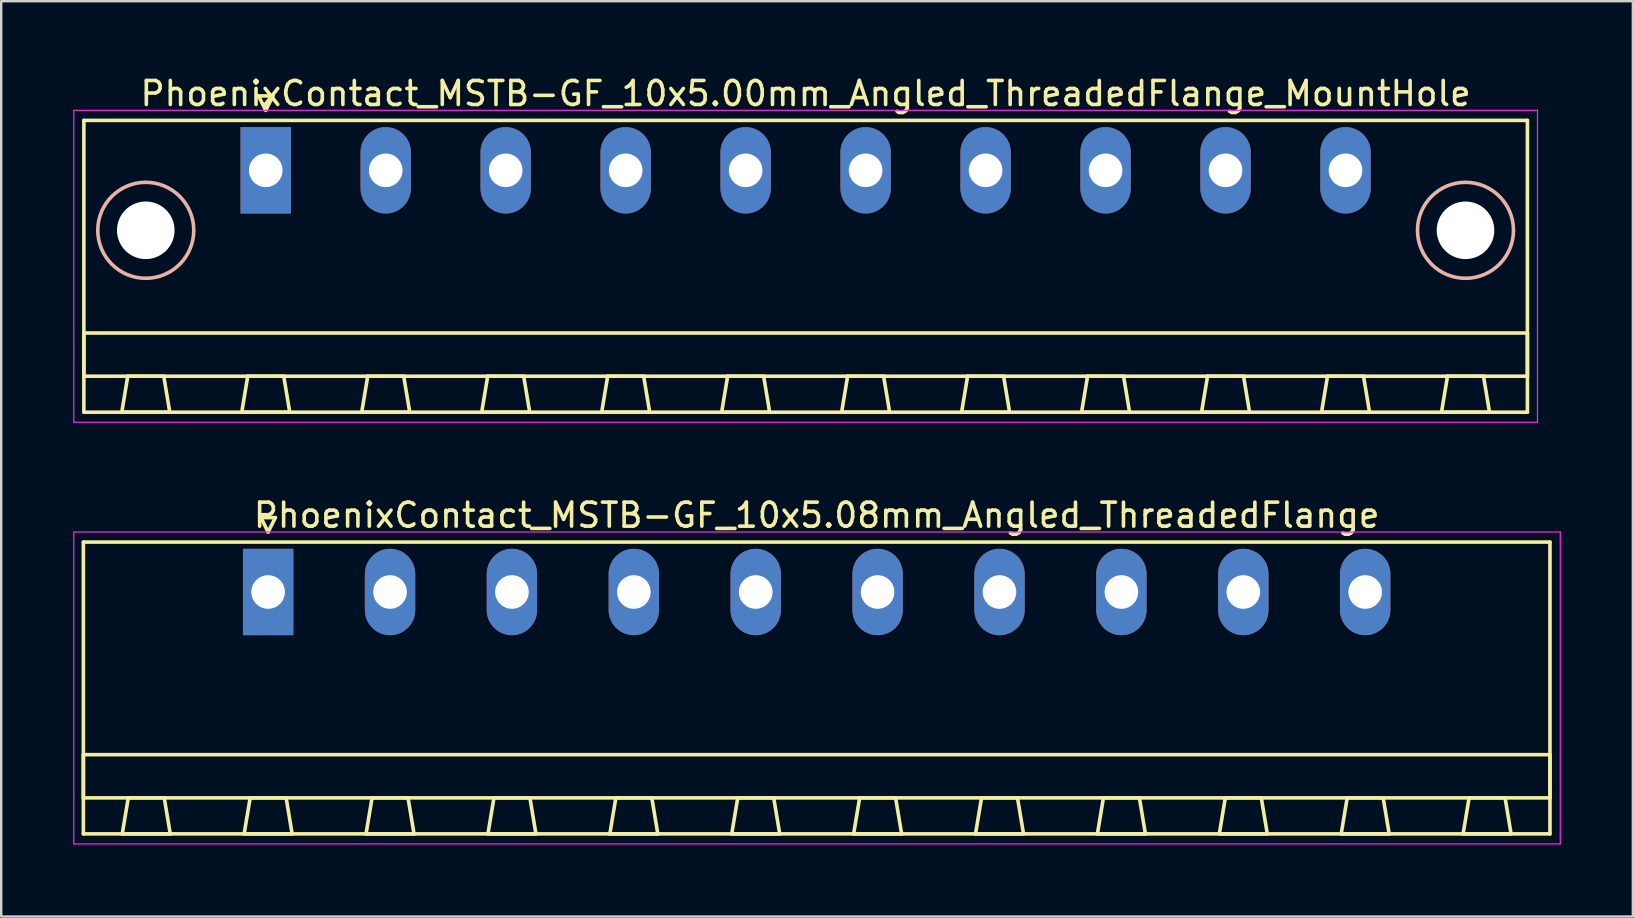
<source format=kicad_pcb>
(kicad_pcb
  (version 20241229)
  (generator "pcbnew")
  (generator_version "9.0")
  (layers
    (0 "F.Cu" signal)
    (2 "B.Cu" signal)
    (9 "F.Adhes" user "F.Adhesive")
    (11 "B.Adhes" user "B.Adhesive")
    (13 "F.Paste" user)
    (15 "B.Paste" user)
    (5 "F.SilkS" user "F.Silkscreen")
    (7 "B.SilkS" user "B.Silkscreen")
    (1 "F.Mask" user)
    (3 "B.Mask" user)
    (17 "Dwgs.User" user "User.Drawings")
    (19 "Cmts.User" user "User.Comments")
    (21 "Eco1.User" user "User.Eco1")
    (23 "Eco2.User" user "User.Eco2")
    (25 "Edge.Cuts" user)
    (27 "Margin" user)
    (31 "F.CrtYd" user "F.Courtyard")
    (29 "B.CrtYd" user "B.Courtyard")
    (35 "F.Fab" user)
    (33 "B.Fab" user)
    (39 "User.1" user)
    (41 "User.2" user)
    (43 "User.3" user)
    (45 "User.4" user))
  (footprint "PhoenixContact_MSTB-GF_10x5.08mm_Angled_ThreadedFlange"
    (layer "F.Cu")
    (at 8.125 21.622)
    (property "Reference" "PhoenixContact_MSTB-GF_10x5.08mm_Angled_ThreadedFlange" (at 22.86 -3.2 0) (layer "F.SilkS") (effects (font (size 1 1) (thickness 0.15))))
    (attr through_hole)
    (fp_line (start -7.7 -2.08) (end -7.7 10.08) (stroke (width 0.15) (type solid)) (layer "F.SilkS"))
    (fp_line (start -7.7 6.78) (end 53.42 6.78) (stroke (width 0.15) (type solid)) (layer "F.SilkS"))
    (fp_line (start -7.7 8.58) (end -7.7 6.78) (stroke (width 0.15) (type solid)) (layer "F.SilkS"))
    (fp_line (start -7.7 10.08) (end 53.42 10.08) (stroke (width 0.15) (type solid)) (layer "F.SilkS"))
    (fp_line (start -6.08 10.08) (end -4.08 10.08) (stroke (width 0.15) (type solid)) (layer "F.SilkS"))
    (fp_line (start -5.83 8.58) (end -6.08 10.08) (stroke (width 0.15) (type solid)) (layer "F.SilkS"))
    (fp_line (start -4.33 8.58) (end -5.83 8.58) (stroke (width 0.15) (type solid)) (layer "F.SilkS"))
    (fp_line (start -4.08 10.08) (end -4.33 8.58) (stroke (width 0.15) (type solid)) (layer "F.SilkS"))
    (fp_line (start -1 10.08) (end 1 10.08) (stroke (width 0.15) (type solid)) (layer "F.SilkS"))
    (fp_line (start -0.75 8.58) (end -1 10.08) (stroke (width 0.15) (type solid)) (layer "F.SilkS"))
    (fp_line (start -0.3 -3.1) (end 0 -2.5) (stroke (width 0.15) (type solid)) (layer "F.SilkS"))
    (fp_line (start 0 -2.5) (end 0.3 -3.1) (stroke (width 0.15) (type solid)) (layer "F.SilkS"))
    (fp_line (start 0.3 -3.1) (end -0.3 -3.1) (stroke (width 0.15) (type solid)) (layer "F.SilkS"))
    (fp_line (start 0.75 8.58) (end -0.75 8.58) (stroke (width 0.15) (type solid)) (layer "F.SilkS"))
    (fp_line (start 1 10.08) (end 0.75 8.58) (stroke (width 0.15) (type solid)) (layer "F.SilkS"))
    (fp_line (start 4.08 10.08) (end 6.08 10.08) (stroke (width 0.15) (type solid)) (layer "F.SilkS"))
    (fp_line (start 4.33 8.58) (end 4.08 10.08) (stroke (width 0.15) (type solid)) (layer "F.SilkS"))
    (fp_line (start 5.83 8.58) (end 4.33 8.58) (stroke (width 0.15) (type solid)) (layer "F.SilkS"))
    (fp_line (start 6.08 10.08) (end 5.83 8.58) (stroke (width 0.15) (type solid)) (layer "F.SilkS"))
    (fp_line (start 9.16 10.08) (end 11.16 10.08) (stroke (width 0.15) (type solid)) (layer "F.SilkS"))
    (fp_line (start 9.41 8.58) (end 9.16 10.08) (stroke (width 0.15) (type solid)) (layer "F.SilkS"))
    (fp_line (start 10.91 8.58) (end 9.41 8.58) (stroke (width 0.15) (type solid)) (layer "F.SilkS"))
    (fp_line (start 11.16 10.08) (end 10.91 8.58) (stroke (width 0.15) (type solid)) (layer "F.SilkS"))
    (fp_line (start 14.24 10.08) (end 16.24 10.08) (stroke (width 0.15) (type solid)) (layer "F.SilkS"))
    (fp_line (start 14.49 8.58) (end 14.24 10.08) (stroke (width 0.15) (type solid)) (layer "F.SilkS"))
    (fp_line (start 15.99 8.58) (end 14.49 8.58) (stroke (width 0.15) (type solid)) (layer "F.SilkS"))
    (fp_line (start 16.24 10.08) (end 15.99 8.58) (stroke (width 0.15) (type solid)) (layer "F.SilkS"))
    (fp_line (start 19.32 10.08) (end 21.32 10.08) (stroke (width 0.15) (type solid)) (layer "F.SilkS"))
    (fp_line (start 19.57 8.58) (end 19.32 10.08) (stroke (width 0.15) (type solid)) (layer "F.SilkS"))
    (fp_line (start 21.07 8.58) (end 19.57 8.58) (stroke (width 0.15) (type solid)) (layer "F.SilkS"))
    (fp_line (start 21.32 10.08) (end 21.07 8.58) (stroke (width 0.15) (type solid)) (layer "F.SilkS"))
    (fp_line (start 24.4 10.08) (end 26.4 10.08) (stroke (width 0.15) (type solid)) (layer "F.SilkS"))
    (fp_line (start 24.65 8.58) (end 24.4 10.08) (stroke (width 0.15) (type solid)) (layer "F.SilkS"))
    (fp_line (start 26.15 8.58) (end 24.65 8.58) (stroke (width 0.15) (type solid)) (layer "F.SilkS"))
    (fp_line (start 26.4 10.08) (end 26.15 8.58) (stroke (width 0.15) (type solid)) (layer "F.SilkS"))
    (fp_line (start 29.48 10.08) (end 31.48 10.08) (stroke (width 0.15) (type solid)) (layer "F.SilkS"))
    (fp_line (start 29.73 8.58) (end 29.48 10.08) (stroke (width 0.15) (type solid)) (layer "F.SilkS"))
    (fp_line (start 31.23 8.58) (end 29.73 8.58) (stroke (width 0.15) (type solid)) (layer "F.SilkS"))
    (fp_line (start 31.48 10.08) (end 31.23 8.58) (stroke (width 0.15) (type solid)) (layer "F.SilkS"))
    (fp_line (start 34.56 10.08) (end 36.56 10.08) (stroke (width 0.15) (type solid)) (layer "F.SilkS"))
    (fp_line (start 34.81 8.58) (end 34.56 10.08) (stroke (width 0.15) (type solid)) (layer "F.SilkS"))
    (fp_line (start 36.31 8.58) (end 34.81 8.58) (stroke (width 0.15) (type solid)) (layer "F.SilkS"))
    (fp_line (start 36.56 10.08) (end 36.31 8.58) (stroke (width 0.15) (type solid)) (layer "F.SilkS"))
    (fp_line (start 39.64 10.08) (end 41.64 10.08) (stroke (width 0.15) (type solid)) (layer "F.SilkS"))
    (fp_line (start 39.89 8.58) (end 39.64 10.08) (stroke (width 0.15) (type solid)) (layer "F.SilkS"))
    (fp_line (start 41.39 8.58) (end 39.89 8.58) (stroke (width 0.15) (type solid)) (layer "F.SilkS"))
    (fp_line (start 41.64 10.08) (end 41.39 8.58) (stroke (width 0.15) (type solid)) (layer "F.SilkS"))
    (fp_line (start 44.72 10.08) (end 46.72 10.08) (stroke (width 0.15) (type solid)) (layer "F.SilkS"))
    (fp_line (start 44.97 8.58) (end 44.72 10.08) (stroke (width 0.15) (type solid)) (layer "F.SilkS"))
    (fp_line (start 46.47 8.58) (end 44.97 8.58) (stroke (width 0.15) (type solid)) (layer "F.SilkS"))
    (fp_line (start 46.72 10.08) (end 46.47 8.58) (stroke (width 0.15) (type solid)) (layer "F.SilkS"))
    (fp_line (start 49.8 10.08) (end 51.8 10.08) (stroke (width 0.15) (type solid)) (layer "F.SilkS"))
    (fp_line (start 50.05 8.58) (end 49.8 10.08) (stroke (width 0.15) (type solid)) (layer "F.SilkS"))
    (fp_line (start 51.55 8.58) (end 50.05 8.58) (stroke (width 0.15) (type solid)) (layer "F.SilkS"))
    (fp_line (start 51.8 10.08) (end 51.55 8.58) (stroke (width 0.15) (type solid)) (layer "F.SilkS"))
    (fp_line (start 53.42 -2.08) (end -7.7 -2.08) (stroke (width 0.15) (type solid)) (layer "F.SilkS"))
    (fp_line (start 53.42 6.78) (end 53.42 8.58) (stroke (width 0.15) (type solid)) (layer "F.SilkS"))
    (fp_line (start 53.42 8.58) (end -7.7 8.58) (stroke (width 0.15) (type solid)) (layer "F.SilkS"))
    (fp_line (start 53.42 10.08) (end 53.42 -2.08) (stroke (width 0.15) (type solid)) (layer "F.SilkS"))
    (fp_line (start -8.1 -2.5) (end -8.1 10.5) (stroke (width 0.05) (type solid)) (layer "F.CrtYd"))
    (fp_line (start -8.1 10.5) (end 53.85 10.5) (stroke (width 0.05) (type solid)) (layer "F.CrtYd"))
    (fp_line (start 53.85 -2.5) (end -8.1 -2.5) (stroke (width 0.05) (type solid)) (layer "F.CrtYd"))
    (fp_line (start 53.85 10.5) (end 53.85 -2.5) (stroke (width 0.05) (type solid)) (layer "F.CrtYd"))
    (pad "1" thru_hole rect (at 0 0) (size 2.1 3.6) (drill 1.4) (layers "*.Cu" "*.Mask"))
    (pad "2" thru_hole oval (at 5.08 0) (size 2.1 3.6) (drill 1.4) (layers "*.Cu" "*.Mask"))
    (pad "3" thru_hole oval (at 10.16 0) (size 2.1 3.6) (drill 1.4) (layers "*.Cu" "*.Mask"))
    (pad "4" thru_hole oval (at 15.24 0) (size 2.1 3.6) (drill 1.4) (layers "*.Cu" "*.Mask"))
    (pad "5" thru_hole oval (at 20.32 0) (size 2.1 3.6) (drill 1.4) (layers "*.Cu" "*.Mask"))
    (pad "6" thru_hole oval (at 25.4 0) (size 2.1 3.6) (drill 1.4) (layers "*.Cu" "*.Mask"))
    (pad "7" thru_hole oval (at 30.48 0) (size 2.1 3.6) (drill 1.4) (layers "*.Cu" "*.Mask"))
    (pad "8" thru_hole oval (at 35.56 0) (size 2.1 3.6) (drill 1.4) (layers "*.Cu" "*.Mask"))
    (pad "9" thru_hole oval (at 40.64 0) (size 2.1 3.6) (drill 1.4) (layers "*.Cu" "*.Mask"))
    (pad "10" thru_hole oval (at 45.72 0) (size 2.1 3.6) (drill 1.4) (layers "*.Cu" "*.Mask")))
  (footprint "PhoenixContact_MSTB-GF_10x5.00mm_Angled_ThreadedFlange_MountHole"
    (layer "F.Cu")
    (at 8.025 4.048)
    (property "Reference" "PhoenixContact_MSTB-GF_10x5.00mm_Angled_ThreadedFlange_MountHole" (at 22.5 -3.2 0) (layer "F.SilkS") (effects (font (size 1 1) (thickness 0.15))))
    (attr through_hole)
    (fp_line (start -7.58 -2.08) (end -7.58 10.08) (stroke (width 0.15) (type solid)) (layer "F.SilkS"))
    (fp_line (start -7.58 6.78) (end 52.58 6.78) (stroke (width 0.15) (type solid)) (layer "F.SilkS"))
    (fp_line (start -7.58 8.58) (end -7.58 6.78) (stroke (width 0.15) (type solid)) (layer "F.SilkS"))
    (fp_line (start -7.58 10.08) (end 52.58 10.08) (stroke (width 0.15) (type solid)) (layer "F.SilkS"))
    (fp_line (start -6 10.08) (end -4 10.08) (stroke (width 0.15) (type solid)) (layer "F.SilkS"))
    (fp_line (start -5.75 8.58) (end -6 10.08) (stroke (width 0.15) (type solid)) (layer "F.SilkS"))
    (fp_line (start -4.25 8.58) (end -5.75 8.58) (stroke (width 0.15) (type solid)) (layer "F.SilkS"))
    (fp_line (start -4 10.08) (end -4.25 8.58) (stroke (width 0.15) (type solid)) (layer "F.SilkS"))
    (fp_line (start -1 10.08) (end 1 10.08) (stroke (width 0.15) (type solid)) (layer "F.SilkS"))
    (fp_line (start -0.75 8.58) (end -1 10.08) (stroke (width 0.15) (type solid)) (layer "F.SilkS"))
    (fp_line (start -0.3 -3.1) (end 0 -2.5) (stroke (width 0.15) (type solid)) (layer "F.SilkS"))
    (fp_line (start 0 -2.5) (end 0.3 -3.1) (stroke (width 0.15) (type solid)) (layer "F.SilkS"))
    (fp_line (start 0.3 -3.1) (end -0.3 -3.1) (stroke (width 0.15) (type solid)) (layer "F.SilkS"))
    (fp_line (start 0.75 8.58) (end -0.75 8.58) (stroke (width 0.15) (type solid)) (layer "F.SilkS"))
    (fp_line (start 1 10.08) (end 0.75 8.58) (stroke (width 0.15) (type solid)) (layer "F.SilkS"))
    (fp_line (start 4 10.08) (end 6 10.08) (stroke (width 0.15) (type solid)) (layer "F.SilkS"))
    (fp_line (start 4.25 8.58) (end 4 10.08) (stroke (width 0.15) (type solid)) (layer "F.SilkS"))
    (fp_line (start 5.75 8.58) (end 4.25 8.58) (stroke (width 0.15) (type solid)) (layer "F.SilkS"))
    (fp_line (start 6 10.08) (end 5.75 8.58) (stroke (width 0.15) (type solid)) (layer "F.SilkS"))
    (fp_line (start 9 10.08) (end 11 10.08) (stroke (width 0.15) (type solid)) (layer "F.SilkS"))
    (fp_line (start 9.25 8.58) (end 9 10.08) (stroke (width 0.15) (type solid)) (layer "F.SilkS"))
    (fp_line (start 10.75 8.58) (end 9.25 8.58) (stroke (width 0.15) (type solid)) (layer "F.SilkS"))
    (fp_line (start 11 10.08) (end 10.75 8.58) (stroke (width 0.15) (type solid)) (layer "F.SilkS"))
    (fp_line (start 14 10.08) (end 16 10.08) (stroke (width 0.15) (type solid)) (layer "F.SilkS"))
    (fp_line (start 14.25 8.58) (end 14 10.08) (stroke (width 0.15) (type solid)) (layer "F.SilkS"))
    (fp_line (start 15.75 8.58) (end 14.25 8.58) (stroke (width 0.15) (type solid)) (layer "F.SilkS"))
    (fp_line (start 16 10.08) (end 15.75 8.58) (stroke (width 0.15) (type solid)) (layer "F.SilkS"))
    (fp_line (start 19 10.08) (end 21 10.08) (stroke (width 0.15) (type solid)) (layer "F.SilkS"))
    (fp_line (start 19.25 8.58) (end 19 10.08) (stroke (width 0.15) (type solid)) (layer "F.SilkS"))
    (fp_line (start 20.75 8.58) (end 19.25 8.58) (stroke (width 0.15) (type solid)) (layer "F.SilkS"))
    (fp_line (start 21 10.08) (end 20.75 8.58) (stroke (width 0.15) (type solid)) (layer "F.SilkS"))
    (fp_line (start 24 10.08) (end 26 10.08) (stroke (width 0.15) (type solid)) (layer "F.SilkS"))
    (fp_line (start 24.25 8.58) (end 24 10.08) (stroke (width 0.15) (type solid)) (layer "F.SilkS"))
    (fp_line (start 25.75 8.58) (end 24.25 8.58) (stroke (width 0.15) (type solid)) (layer "F.SilkS"))
    (fp_line (start 26 10.08) (end 25.75 8.58) (stroke (width 0.15) (type solid)) (layer "F.SilkS"))
    (fp_line (start 29 10.08) (end 31 10.08) (stroke (width 0.15) (type solid)) (layer "F.SilkS"))
    (fp_line (start 29.25 8.58) (end 29 10.08) (stroke (width 0.15) (type solid)) (layer "F.SilkS"))
    (fp_line (start 30.75 8.58) (end 29.25 8.58) (stroke (width 0.15) (type solid)) (layer "F.SilkS"))
    (fp_line (start 31 10.08) (end 30.75 8.58) (stroke (width 0.15) (type solid)) (layer "F.SilkS"))
    (fp_line (start 34 10.08) (end 36 10.08) (stroke (width 0.15) (type solid)) (layer "F.SilkS"))
    (fp_line (start 34.25 8.58) (end 34 10.08) (stroke (width 0.15) (type solid)) (layer "F.SilkS"))
    (fp_line (start 35.75 8.58) (end 34.25 8.58) (stroke (width 0.15) (type solid)) (layer "F.SilkS"))
    (fp_line (start 36 10.08) (end 35.75 8.58) (stroke (width 0.15) (type solid)) (layer "F.SilkS"))
    (fp_line (start 39 10.08) (end 41 10.08) (stroke (width 0.15) (type solid)) (layer "F.SilkS"))
    (fp_line (start 39.25 8.58) (end 39 10.08) (stroke (width 0.15) (type solid)) (layer "F.SilkS"))
    (fp_line (start 40.75 8.58) (end 39.25 8.58) (stroke (width 0.15) (type solid)) (layer "F.SilkS"))
    (fp_line (start 41 10.08) (end 40.75 8.58) (stroke (width 0.15) (type solid)) (layer "F.SilkS"))
    (fp_line (start 44 10.08) (end 46 10.08) (stroke (width 0.15) (type solid)) (layer "F.SilkS"))
    (fp_line (start 44.25 8.58) (end 44 10.08) (stroke (width 0.15) (type solid)) (layer "F.SilkS"))
    (fp_line (start 45.75 8.58) (end 44.25 8.58) (stroke (width 0.15) (type solid)) (layer "F.SilkS"))
    (fp_line (start 46 10.08) (end 45.75 8.58) (stroke (width 0.15) (type solid)) (layer "F.SilkS"))
    (fp_line (start 49 10.08) (end 51 10.08) (stroke (width 0.15) (type solid)) (layer "F.SilkS"))
    (fp_line (start 49.25 8.58) (end 49 10.08) (stroke (width 0.15) (type solid)) (layer "F.SilkS"))
    (fp_line (start 50.75 8.58) (end 49.25 8.58) (stroke (width 0.15) (type solid)) (layer "F.SilkS"))
    (fp_line (start 51 10.08) (end 50.75 8.58) (stroke (width 0.15) (type solid)) (layer "F.SilkS"))
    (fp_line (start 52.58 -2.08) (end -7.58 -2.08) (stroke (width 0.15) (type solid)) (layer "F.SilkS"))
    (fp_line (start 52.58 6.78) (end 52.58 8.58) (stroke (width 0.15) (type solid)) (layer "F.SilkS"))
    (fp_line (start 52.58 8.58) (end -7.58 8.58) (stroke (width 0.15) (type solid)) (layer "F.SilkS"))
    (fp_line (start 52.58 10.08) (end 52.58 -2.08) (stroke (width 0.15) (type solid)) (layer "F.SilkS"))
    (fp_circle (center -5 2.5) (end -3 2.5) (stroke (width 0.15) (type solid)) (fill no) (layer "B.SilkS"))
    (fp_circle (center 50 2.5) (end 52 2.5) (stroke (width 0.15) (type solid)) (fill no) (layer "B.SilkS"))
    (fp_line (start -8 -2.5) (end -8 10.5) (stroke (width 0.05) (type solid)) (layer "F.CrtYd"))
    (fp_line (start -8 10.5) (end 53 10.5) (stroke (width 0.05) (type solid)) (layer "F.CrtYd"))
    (fp_line (start 53 -2.5) (end -8 -2.5) (stroke (width 0.05) (type solid)) (layer "F.CrtYd"))
    (fp_line (start 53 10.5) (end 53 -2.5) (stroke (width 0.05) (type solid)) (layer "F.CrtYd"))
    (pad "" np_thru_hole circle (at -5 2.5) (size 2.4 2.4) (drill 2.4) (layers "*.Cu" "*.Mask"))
    (pad "" np_thru_hole circle (at 50 2.5) (size 2.4 2.4) (drill 2.4) (layers "*.Cu" "*.Mask"))
    (pad "1" thru_hole rect (at 0 0) (size 2.1 3.6) (drill 1.4) (layers "*.Cu" "*.Mask"))
    (pad "2" thru_hole oval (at 5 0) (size 2.1 3.6) (drill 1.4) (layers "*.Cu" "*.Mask"))
    (pad "3" thru_hole oval (at 10 0) (size 2.1 3.6) (drill 1.4) (layers "*.Cu" "*.Mask"))
    (pad "4" thru_hole oval (at 15 0) (size 2.1 3.6) (drill 1.4) (layers "*.Cu" "*.Mask"))
    (pad "5" thru_hole oval (at 20 0) (size 2.1 3.6) (drill 1.4) (layers "*.Cu" "*.Mask"))
    (pad "6" thru_hole oval (at 25 0) (size 2.1 3.6) (drill 1.4) (layers "*.Cu" "*.Mask"))
    (pad "7" thru_hole oval (at 30 0) (size 2.1 3.6) (drill 1.4) (layers "*.Cu" "*.Mask"))
    (pad "8" thru_hole oval (at 35 0) (size 2.1 3.6) (drill 1.4) (layers "*.Cu" "*.Mask"))
    (pad "9" thru_hole oval (at 40 0) (size 2.1 3.6) (drill 1.4) (layers "*.Cu" "*.Mask"))
    (pad "10" thru_hole oval (at 45 0) (size 2.1 3.6) (drill 1.4) (layers "*.Cu" "*.Mask")))
  (gr_rect
    (start -3 -3)
    (end 65 35.147)
    (stroke (width 0.1) (type default))
    (fill no)
    (layer "Edge.Cuts")))
</source>
